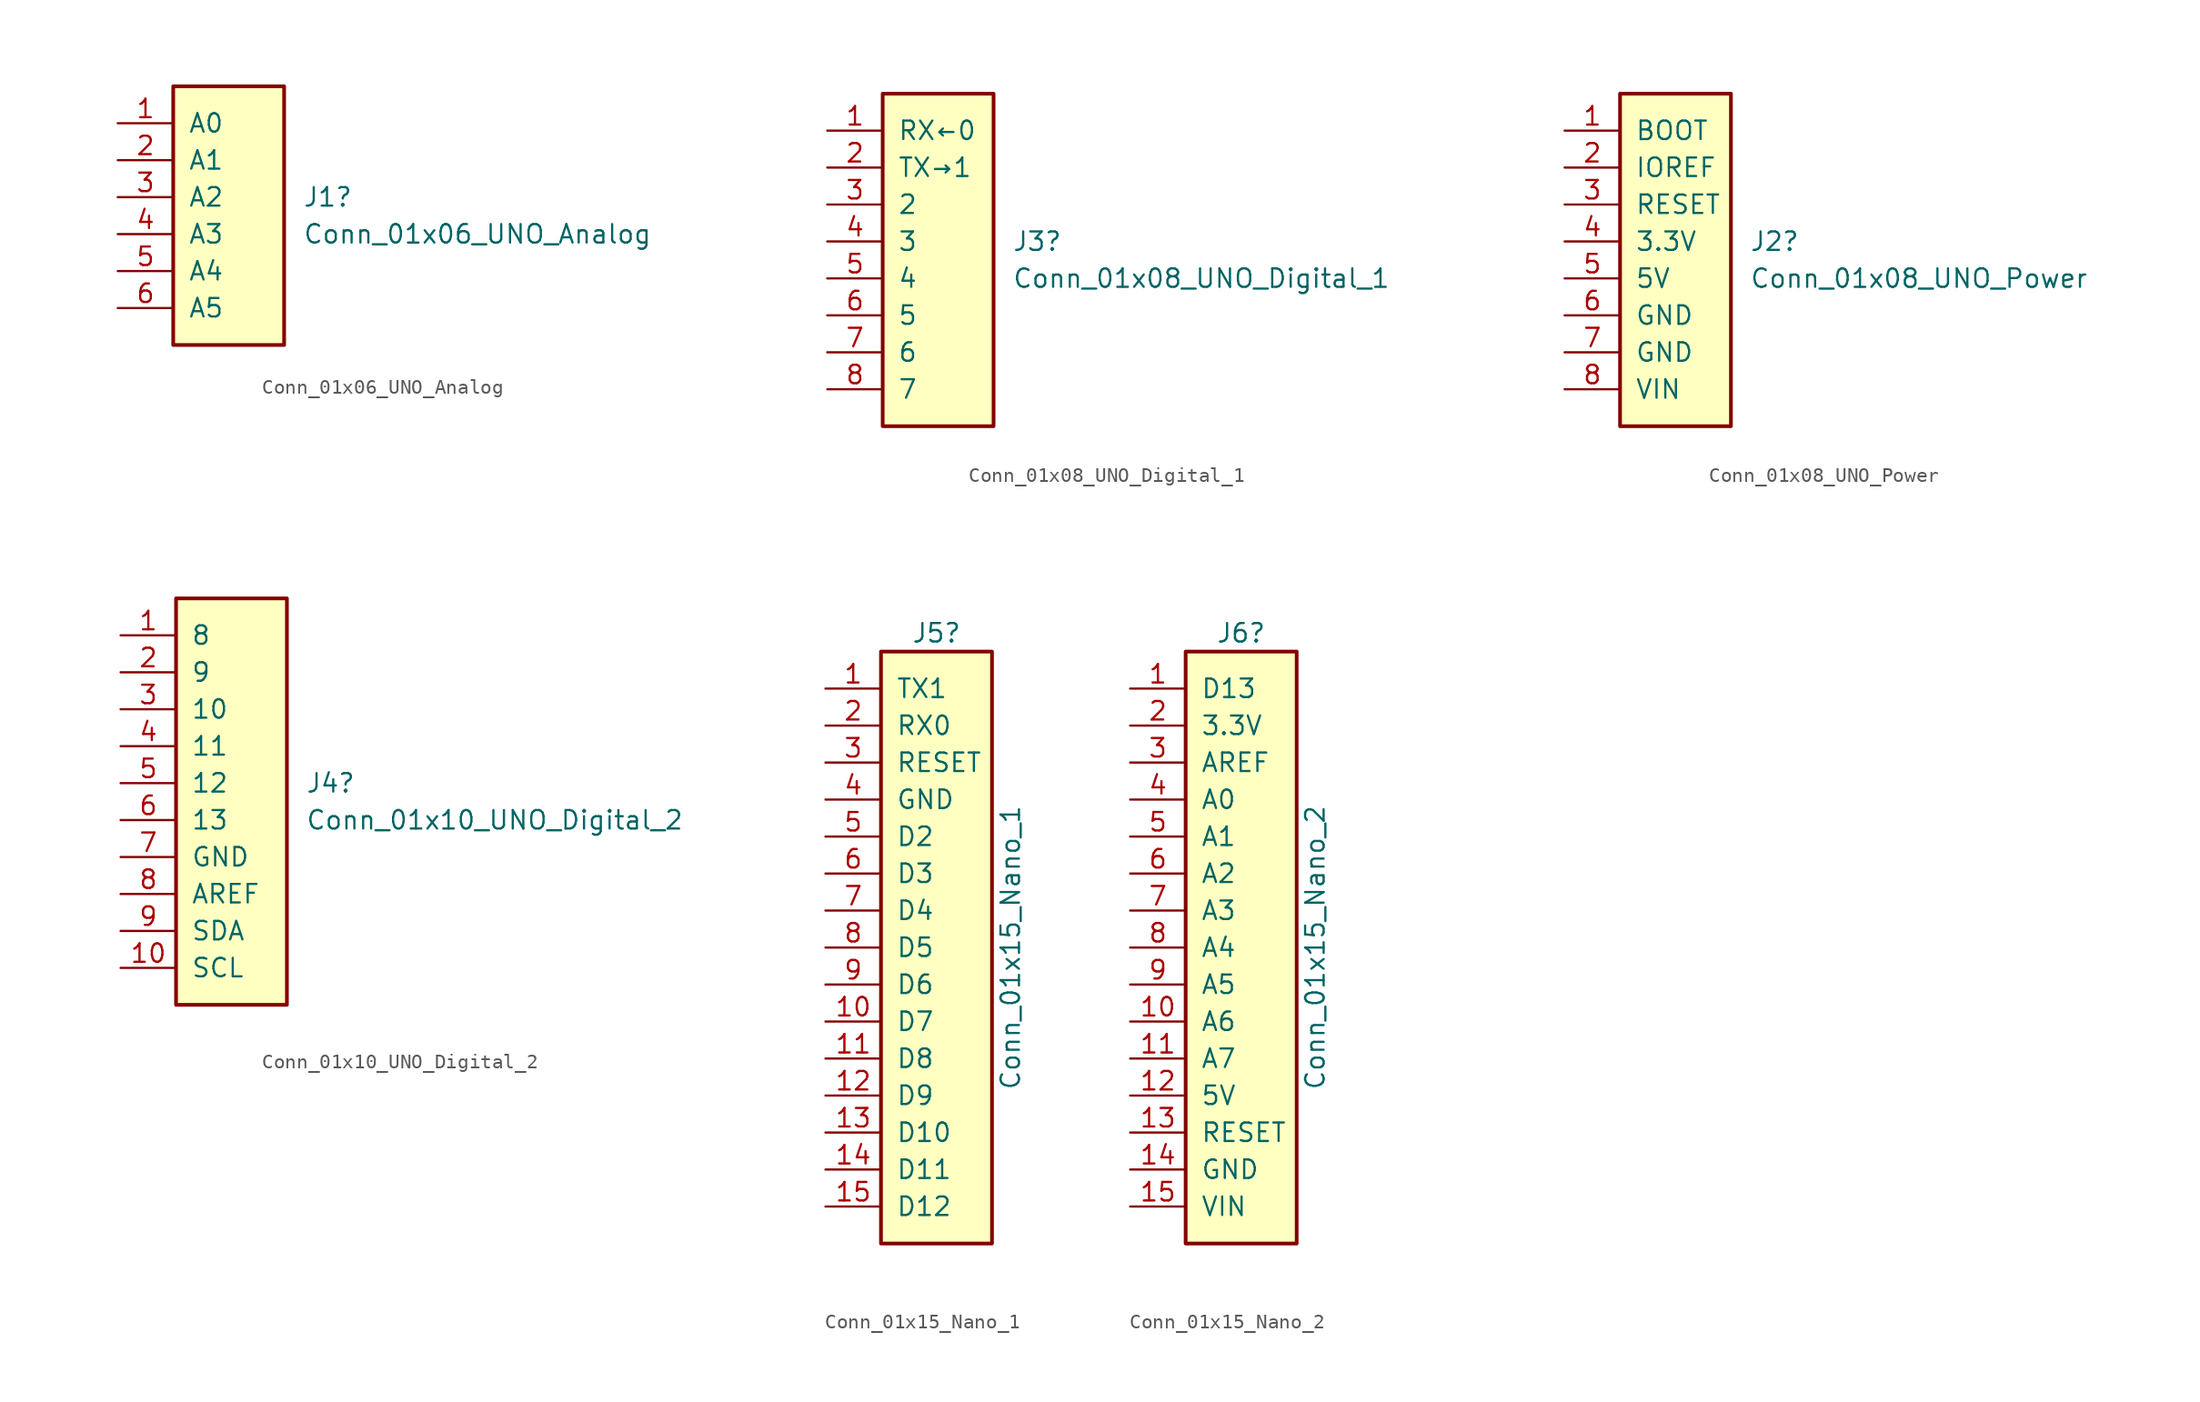
<source format=kicad_sym>
(kicad_symbol_lib
  (version 20220914)
  (generator kicad_symbol_editor)
  (symbol "Conn_01x06_UNO_Analog"
    (pin_names
      (offset 1.016))
    (property "Reference" "J1"
      (at 7.62 0 0)
      (effects (font (size 1.27 1.27)) (justify left)))
    (property "Value" "Conn_01x06_UNO_Analog"
      (at 7.62 -2.54 0)
      (effects (font (size 1.27 1.27)) (justify left)))
    (symbol "Conn_01x06_UNO_Analog_1_1"
      (rectangle (start -1.27 7.62) (end 6.35 -10.16) (stroke (width 0.254) (type default)) (fill (type background)))
      (pin passive line (at -5.08 5.08 0) (length 3.81) (name "A0" (effects (font (size 1.27 1.27)))) (number "1" (effects (font (size 1.27 1.27)))))
      (pin passive line (at -5.08 2.54 0) (length 3.81) (name "A1" (effects (font (size 1.27 1.27)))) (number "2" (effects (font (size 1.27 1.27)))))
      (pin passive line (at -5.08 0 0) (length 3.81) (name "A2" (effects (font (size 1.27 1.27)))) (number "3" (effects (font (size 1.27 1.27)))))
      (pin passive line (at -5.08 -2.54 0) (length 3.81) (name "A3" (effects (font (size 1.27 1.27)))) (number "4" (effects (font (size 1.27 1.27)))))
      (pin passive line (at -5.08 -5.08 0) (length 3.81) (name "A4" (effects (font (size 1.27 1.27)))) (number "5" (effects (font (size 1.27 1.27)))))
      (pin passive line (at -5.08 -7.62 0) (length 3.81) (name "A5" (effects (font (size 1.27 1.27)))) (number "6" (effects (font (size 1.27 1.27)))))))
  (symbol "Conn_01x08_UNO_Digital_1"
    (pin_names
      (offset 1.016))
    (property "Reference" "J3"
      (at 7.62 0 0)
      (effects (font (size 1.27 1.27)) (justify left)))
    (property "Value" "Conn_01x08_UNO_Digital_1"
      (at 7.62 -2.54 0)
      (effects (font (size 1.27 1.27)) (justify left)))
    (symbol "Conn_01x08_UNO_Digital_1_1_1"
      (rectangle (start -1.27 10.16) (end 6.35 -12.7) (stroke (width 0.254) (type default)) (fill (type background)))
      (pin passive line (at -5.08 7.62 0) (length 3.81) (name "RX←0" (effects (font (size 1.27 1.27)))) (number "1" (effects (font (size 1.27 1.27)))))
      (pin passive line (at -5.08 5.08 0) (length 3.81) (name "TX→1" (effects (font (size 1.27 1.27)))) (number "2" (effects (font (size 1.27 1.27)))))
      (pin passive line (at -5.08 2.54 0) (length 3.81) (name "2" (effects (font (size 1.27 1.27)))) (number "3" (effects (font (size 1.27 1.27)))))
      (pin passive line (at -5.08 0 0) (length 3.81) (name "3" (effects (font (size 1.27 1.27)))) (number "4" (effects (font (size 1.27 1.27)))))
      (pin passive line (at -5.08 -2.54 0) (length 3.81) (name "4" (effects (font (size 1.27 1.27)))) (number "5" (effects (font (size 1.27 1.27)))))
      (pin passive line (at -5.08 -5.08 0) (length 3.81) (name "5" (effects (font (size 1.27 1.27)))) (number "6" (effects (font (size 1.27 1.27)))))
      (pin passive line (at -5.08 -7.62 0) (length 3.81) (name "6" (effects (font (size 1.27 1.27)))) (number "7" (effects (font (size 1.27 1.27)))))
      (pin passive line (at -5.08 -10.16 0) (length 3.81) (name "7" (effects (font (size 1.27 1.27)))) (number "8" (effects (font (size 1.27 1.27)))))))
  (symbol "Conn_01x08_UNO_Power"
    (pin_names
      (offset 1.016))
    (property "Reference" "J2"
      (at 7.62 0 0)
      (effects (font (size 1.27 1.27)) (justify left)))
    (property "Value" "Conn_01x08_UNO_Power"
      (at 7.62 -2.54 0)
      (effects (font (size 1.27 1.27)) (justify left)))
    (symbol "Conn_01x08_UNO_Power_1_1"
      (rectangle (start -1.27 10.16) (end 6.35 -12.7) (stroke (width 0.254) (type default)) (fill (type background)))
      (pin passive line (at -5.08 7.62 0) (length 3.81) (name "BOOT" (effects (font (size 1.27 1.27)))) (number "1" (effects (font (size 1.27 1.27)))))
      (pin passive line (at -5.08 5.08 0) (length 3.81) (name "IOREF" (effects (font (size 1.27 1.27)))) (number "2" (effects (font (size 1.27 1.27)))))
      (pin passive line (at -5.08 2.54 0) (length 3.81) (name "RESET" (effects (font (size 1.27 1.27)))) (number "3" (effects (font (size 1.27 1.27)))))
      (pin passive line (at -5.08 0 0) (length 3.81) (name "3.3V" (effects (font (size 1.27 1.27)))) (number "4" (effects (font (size 1.27 1.27)))))
      (pin passive line (at -5.08 -2.54 0) (length 3.81) (name "5V" (effects (font (size 1.27 1.27)))) (number "5" (effects (font (size 1.27 1.27)))))
      (pin passive line (at -5.08 -5.08 0) (length 3.81) (name "GND" (effects (font (size 1.27 1.27)))) (number "6" (effects (font (size 1.27 1.27)))))
      (pin passive line (at -5.08 -7.62 0) (length 3.81) (name "GND" (effects (font (size 1.27 1.27)))) (number "7" (effects (font (size 1.27 1.27)))))
      (pin passive line (at -5.08 -10.16 0) (length 3.81) (name "VIN" (effects (font (size 1.27 1.27)))) (number "8" (effects (font (size 1.27 1.27)))))))
  (symbol "Conn_01x10_UNO_Digital_2"
    (pin_names
      (offset 1.016))
    (property "Reference" "J4"
      (at 7.62 0 0)
      (effects (font (size 1.27 1.27)) (justify left)))
    (property "Value" "Conn_01x10_UNO_Digital_2"
      (at 7.62 -2.54 0)
      (effects (font (size 1.27 1.27)) (justify left)))
    (symbol "Conn_01x10_UNO_Digital_2_1_1"
      (rectangle (start -1.27 12.7) (end 6.35 -15.24) (stroke (width 0.254) (type default)) (fill (type background)))
      (pin passive line (at -5.08 10.16 0) (length 3.81) (name "8" (effects (font (size 1.27 1.27)))) (number "1" (effects (font (size 1.27 1.27)))))
      (pin passive line (at -5.08 -12.7 0) (length 3.81) (name "SCL" (effects (font (size 1.27 1.27)))) (number "10" (effects (font (size 1.27 1.27)))))
      (pin passive line (at -5.08 7.62 0) (length 3.81) (name "9" (effects (font (size 1.27 1.27)))) (number "2" (effects (font (size 1.27 1.27)))))
      (pin passive line (at -5.08 5.08 0) (length 3.81) (name "10" (effects (font (size 1.27 1.27)))) (number "3" (effects (font (size 1.27 1.27)))))
      (pin passive line (at -5.08 2.54 0) (length 3.81) (name "11" (effects (font (size 1.27 1.27)))) (number "4" (effects (font (size 1.27 1.27)))))
      (pin passive line (at -5.08 0 0) (length 3.81) (name "12" (effects (font (size 1.27 1.27)))) (number "5" (effects (font (size 1.27 1.27)))))
      (pin passive line (at -5.08 -2.54 0) (length 3.81) (name "13" (effects (font (size 1.27 1.27)))) (number "6" (effects (font (size 1.27 1.27)))))
      (pin passive line (at -5.08 -5.08 0) (length 3.81) (name "GND" (effects (font (size 1.27 1.27)))) (number "7" (effects (font (size 1.27 1.27)))))
      (pin passive line (at -5.08 -7.62 0) (length 3.81) (name "AREF" (effects (font (size 1.27 1.27)))) (number "8" (effects (font (size 1.27 1.27)))))
      (pin passive line (at -5.08 -10.16 0) (length 3.81) (name "SDA" (effects (font (size 1.27 1.27)))) (number "9" (effects (font (size 1.27 1.27)))))))
  (symbol "Conn_01x15_Nano_1"
    (pin_names
      (offset 1.016))
    (property "Reference" "J5"
      (at 2.54 21.59 0)
      (effects (font (size 1.27 1.27))))
    (property "Value" "Conn_01x15_Nano_1"
      (at 7.62 0 90)
      (effects (font (size 1.27 1.27))))
    (symbol "Conn_01x15_Nano_1_1_1"
      (rectangle (start -1.27 20.32) (end 6.35 -20.32) (stroke (width 0.254) (type default)) (fill (type background)))
      (pin passive line (at -5.08 17.78 0) (length 3.81) (name "TX1" (effects (font (size 1.27 1.27)))) (number "1" (effects (font (size 1.27 1.27)))))
      (pin passive line (at -5.08 -5.08 0) (length 3.81) (name "D7" (effects (font (size 1.27 1.27)))) (number "10" (effects (font (size 1.27 1.27)))))
      (pin passive line (at -5.08 -7.62 0) (length 3.81) (name "D8" (effects (font (size 1.27 1.27)))) (number "11" (effects (font (size 1.27 1.27)))))
      (pin passive line (at -5.08 -10.16 0) (length 3.81) (name "D9" (effects (font (size 1.27 1.27)))) (number "12" (effects (font (size 1.27 1.27)))))
      (pin passive line (at -5.08 -12.7 0) (length 3.81) (name "D10" (effects (font (size 1.27 1.27)))) (number "13" (effects (font (size 1.27 1.27)))))
      (pin passive line (at -5.08 -15.24 0) (length 3.81) (name "D11" (effects (font (size 1.27 1.27)))) (number "14" (effects (font (size 1.27 1.27)))))
      (pin passive line (at -5.08 -17.78 0) (length 3.81) (name "D12" (effects (font (size 1.27 1.27)))) (number "15" (effects (font (size 1.27 1.27)))))
      (pin passive line (at -5.08 15.24 0) (length 3.81) (name "RX0" (effects (font (size 1.27 1.27)))) (number "2" (effects (font (size 1.27 1.27)))))
      (pin passive line (at -5.08 12.7 0) (length 3.81) (name "RESET" (effects (font (size 1.27 1.27)))) (number "3" (effects (font (size 1.27 1.27)))))
      (pin passive line (at -5.08 10.16 0) (length 3.81) (name "GND" (effects (font (size 1.27 1.27)))) (number "4" (effects (font (size 1.27 1.27)))))
      (pin passive line (at -5.08 7.62 0) (length 3.81) (name "D2" (effects (font (size 1.27 1.27)))) (number "5" (effects (font (size 1.27 1.27)))))
      (pin passive line (at -5.08 5.08 0) (length 3.81) (name "D3" (effects (font (size 1.27 1.27)))) (number "6" (effects (font (size 1.27 1.27)))))
      (pin passive line (at -5.08 2.54 0) (length 3.81) (name "D4" (effects (font (size 1.27 1.27)))) (number "7" (effects (font (size 1.27 1.27)))))
      (pin passive line (at -5.08 0 0) (length 3.81) (name "D5" (effects (font (size 1.27 1.27)))) (number "8" (effects (font (size 1.27 1.27)))))
      (pin passive line (at -5.08 -2.54 0) (length 3.81) (name "D6" (effects (font (size 1.27 1.27)))) (number "9" (effects (font (size 1.27 1.27)))))))
  (symbol "Conn_01x15_Nano_2"
    (pin_names
      (offset 1.016))
    (property "Reference" "J6"
      (at 2.54 21.59 0)
      (effects (font (size 1.27 1.27))))
    (property "Value" "Conn_01x15_Nano_2"
      (at 7.62 0 90)
      (effects (font (size 1.27 1.27))))
    (symbol "Conn_01x15_Nano_2_1_1"
      (rectangle (start -1.27 20.32) (end 6.35 -20.32) (stroke (width 0.254) (type default)) (fill (type background)))
      (pin passive line (at -5.08 17.78 0) (length 3.81) (name "D13" (effects (font (size 1.27 1.27)))) (number "1" (effects (font (size 1.27 1.27)))))
      (pin passive line (at -5.08 -5.08 0) (length 3.81) (name "A6" (effects (font (size 1.27 1.27)))) (number "10" (effects (font (size 1.27 1.27)))))
      (pin passive line (at -5.08 -7.62 0) (length 3.81) (name "A7" (effects (font (size 1.27 1.27)))) (number "11" (effects (font (size 1.27 1.27)))))
      (pin passive line (at -5.08 -10.16 0) (length 3.81) (name "5V" (effects (font (size 1.27 1.27)))) (number "12" (effects (font (size 1.27 1.27)))))
      (pin passive line (at -5.08 -12.7 0) (length 3.81) (name "RESET" (effects (font (size 1.27 1.27)))) (number "13" (effects (font (size 1.27 1.27)))))
      (pin passive line (at -5.08 -15.24 0) (length 3.81) (name "GND" (effects (font (size 1.27 1.27)))) (number "14" (effects (font (size 1.27 1.27)))))
      (pin passive line (at -5.08 -17.78 0) (length 3.81) (name "VIN" (effects (font (size 1.27 1.27)))) (number "15" (effects (font (size 1.27 1.27)))))
      (pin passive line (at -5.08 15.24 0) (length 3.81) (name "3.3V" (effects (font (size 1.27 1.27)))) (number "2" (effects (font (size 1.27 1.27)))))
      (pin passive line (at -5.08 12.7 0) (length 3.81) (name "AREF" (effects (font (size 1.27 1.27)))) (number "3" (effects (font (size 1.27 1.27)))))
      (pin passive line (at -5.08 10.16 0) (length 3.81) (name "A0" (effects (font (size 1.27 1.27)))) (number "4" (effects (font (size 1.27 1.27)))))
      (pin passive line (at -5.08 7.62 0) (length 3.81) (name "A1" (effects (font (size 1.27 1.27)))) (number "5" (effects (font (size 1.27 1.27)))))
      (pin passive line (at -5.08 5.08 0) (length 3.81) (name "A2" (effects (font (size 1.27 1.27)))) (number "6" (effects (font (size 1.27 1.27)))))
      (pin passive line (at -5.08 2.54 0) (length 3.81) (name "A3" (effects (font (size 1.27 1.27)))) (number "7" (effects (font (size 1.27 1.27)))))
      (pin passive line (at -5.08 0 0) (length 3.81) (name "A4" (effects (font (size 1.27 1.27)))) (number "8" (effects (font (size 1.27 1.27)))))
      (pin passive line (at -5.08 -2.54 0) (length 3.81) (name "A5" (effects (font (size 1.27 1.27)))) (number "9" (effects (font (size 1.27 1.27))))))))
</source>
